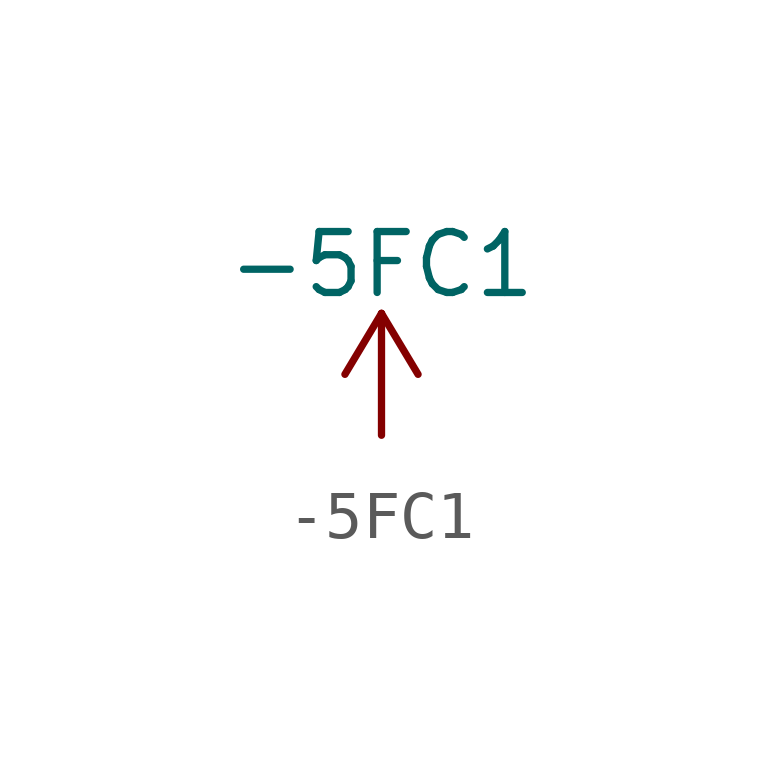
<source format=kicad_sym>
(kicad_symbol_lib
  (version 20220914)
  (generator kicad_symbol_editor)
  (symbol "-5FC1"
    (power)
    (pin_names
      (offset 0))
    (property "Reference" "#PWR"
      (at 0 -3.81 0)
      (effects (font (size 1.27 1.27)) hide))
    (property "Value" "-5FC1"
      (at 0 3.556 0)
      (effects (font (size 1.27 1.27))))
    (symbol "-5FC1_0_1"
      (polyline (pts (xy -0.762 1.27) (xy 0 2.54)) (stroke (width 0) (type default)) (fill (type none)))
      (polyline (pts (xy 0 0) (xy 0 2.54)) (stroke (width 0) (type default)) (fill (type none)))
      (polyline (pts (xy 0 2.54) (xy 0.762 1.27)) (stroke (width 0) (type default)) (fill (type none))))
    (symbol "-5FC1_1_1"
      (pin power_in line (at 0 0 90) (length 0) hide (name "" (effects (font (size 1.27 1.27)))) (number "1" (effects (font (size 1.27 1.27))))))))
</source>
